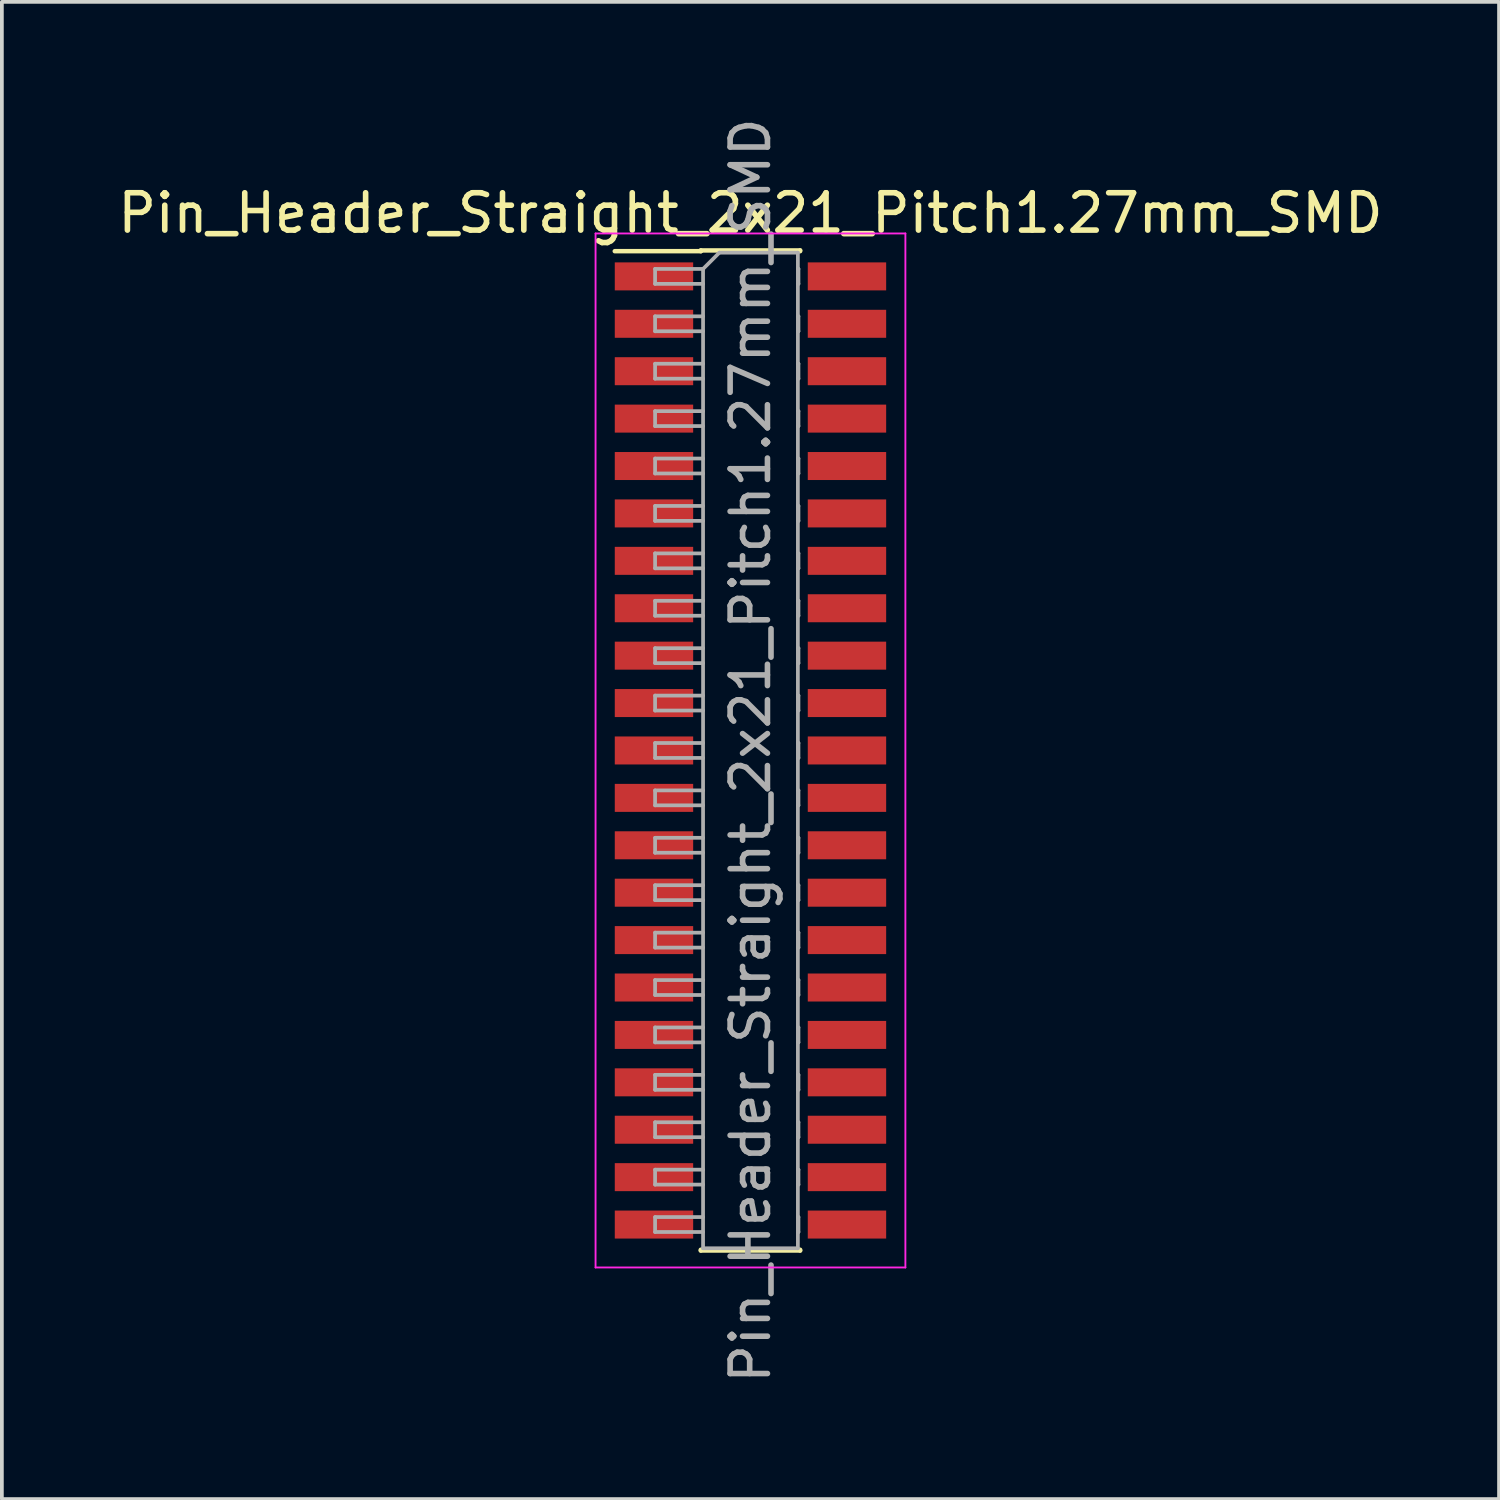
<source format=kicad_pcb>
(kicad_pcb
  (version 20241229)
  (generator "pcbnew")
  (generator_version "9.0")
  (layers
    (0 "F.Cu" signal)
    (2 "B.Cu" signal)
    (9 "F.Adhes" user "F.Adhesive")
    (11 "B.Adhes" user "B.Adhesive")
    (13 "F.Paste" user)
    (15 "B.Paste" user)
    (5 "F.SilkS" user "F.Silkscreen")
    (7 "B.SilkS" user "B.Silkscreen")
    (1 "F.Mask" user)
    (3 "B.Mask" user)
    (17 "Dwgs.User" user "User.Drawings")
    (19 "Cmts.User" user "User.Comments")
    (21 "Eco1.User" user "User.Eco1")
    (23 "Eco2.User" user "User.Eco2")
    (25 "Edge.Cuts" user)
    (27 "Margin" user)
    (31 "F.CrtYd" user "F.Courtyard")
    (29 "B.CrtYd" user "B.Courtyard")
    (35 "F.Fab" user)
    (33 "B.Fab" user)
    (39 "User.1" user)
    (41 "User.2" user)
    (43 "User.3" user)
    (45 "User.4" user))
  (footprint "Pin_Header_Straight_2x21_Pitch1.27mm_SMD"
    (layer "F.Cu")
    (at 17.054 17.054)
    (property "Reference" "Pin_Header_Straight_2x21_Pitch1.27mm_SMD" (at 0 -14.395 0) (layer "F.SilkS") (effects (font (size 1 1) (thickness 0.15))))
    (attr smd)
    (fp_line (start -3.635 -13.375) (end -1.33 -13.375) (stroke (width 0.12) (type solid)) (layer "F.SilkS"))
    (fp_line (start -1.33 -13.395) (end 1.33 -13.395) (stroke (width 0.12) (type solid)) (layer "F.SilkS"))
    (fp_line (start -1.33 -13.375) (end -1.33 -13.395) (stroke (width 0.12) (type solid)) (layer "F.SilkS"))
    (fp_line (start -1.33 13.375) (end -1.33 13.395) (stroke (width 0.12) (type solid)) (layer "F.SilkS"))
    (fp_line (start -1.33 13.395) (end 1.33 13.395) (stroke (width 0.12) (type solid)) (layer "F.SilkS"))
    (fp_line (start 1.33 -13.395) (end 1.33 -13.375) (stroke (width 0.12) (type solid)) (layer "F.SilkS"))
    (fp_line (start 1.33 13.395) (end 1.33 13.375) (stroke (width 0.12) (type solid)) (layer "F.SilkS"))
    (fp_line (start -4.15 -13.85) (end -4.15 13.85) (stroke (width 0.05) (type solid)) (layer "F.CrtYd"))
    (fp_line (start -4.15 13.85) (end 4.15 13.85) (stroke (width 0.05) (type solid)) (layer "F.CrtYd"))
    (fp_line (start 4.15 -13.85) (end -4.15 -13.85) (stroke (width 0.05) (type solid)) (layer "F.CrtYd"))
    (fp_line (start 4.15 13.85) (end 4.15 -13.85) (stroke (width 0.05) (type solid)) (layer "F.CrtYd"))
    (fp_line (start -2.555 -12.9) (end -2.555 -12.5) (stroke (width 0.1) (type solid)) (layer "F.Fab"))
    (fp_line (start -2.555 -12.5) (end -1.27 -12.5) (stroke (width 0.1) (type solid)) (layer "F.Fab"))
    (fp_line (start -2.555 -11.63) (end -2.555 -11.23) (stroke (width 0.1) (type solid)) (layer "F.Fab"))
    (fp_line (start -2.555 -11.23) (end -1.27 -11.23) (stroke (width 0.1) (type solid)) (layer "F.Fab"))
    (fp_line (start -2.555 -10.36) (end -2.555 -9.96) (stroke (width 0.1) (type solid)) (layer "F.Fab"))
    (fp_line (start -2.555 -9.96) (end -1.27 -9.96) (stroke (width 0.1) (type solid)) (layer "F.Fab"))
    (fp_line (start -2.555 -9.09) (end -2.555 -8.69) (stroke (width 0.1) (type solid)) (layer "F.Fab"))
    (fp_line (start -2.555 -8.69) (end -1.27 -8.69) (stroke (width 0.1) (type solid)) (layer "F.Fab"))
    (fp_line (start -2.555 -7.82) (end -2.555 -7.42) (stroke (width 0.1) (type solid)) (layer "F.Fab"))
    (fp_line (start -2.555 -7.42) (end -1.27 -7.42) (stroke (width 0.1) (type solid)) (layer "F.Fab"))
    (fp_line (start -2.555 -6.55) (end -2.555 -6.15) (stroke (width 0.1) (type solid)) (layer "F.Fab"))
    (fp_line (start -2.555 -6.15) (end -1.27 -6.15) (stroke (width 0.1) (type solid)) (layer "F.Fab"))
    (fp_line (start -2.555 -5.28) (end -2.555 -4.88) (stroke (width 0.1) (type solid)) (layer "F.Fab"))
    (fp_line (start -2.555 -4.88) (end -1.27 -4.88) (stroke (width 0.1) (type solid)) (layer "F.Fab"))
    (fp_line (start -2.555 -4.01) (end -2.555 -3.61) (stroke (width 0.1) (type solid)) (layer "F.Fab"))
    (fp_line (start -2.555 -3.61) (end -1.27 -3.61) (stroke (width 0.1) (type solid)) (layer "F.Fab"))
    (fp_line (start -2.555 -2.74) (end -2.555 -2.34) (stroke (width 0.1) (type solid)) (layer "F.Fab"))
    (fp_line (start -2.555 -2.34) (end -1.27 -2.34) (stroke (width 0.1) (type solid)) (layer "F.Fab"))
    (fp_line (start -2.555 -1.47) (end -2.555 -1.07) (stroke (width 0.1) (type solid)) (layer "F.Fab"))
    (fp_line (start -2.555 -1.07) (end -1.27 -1.07) (stroke (width 0.1) (type solid)) (layer "F.Fab"))
    (fp_line (start -2.555 -0.2) (end -2.555 0.2) (stroke (width 0.1) (type solid)) (layer "F.Fab"))
    (fp_line (start -2.555 0.2) (end -1.27 0.2) (stroke (width 0.1) (type solid)) (layer "F.Fab"))
    (fp_line (start -2.555 1.07) (end -2.555 1.47) (stroke (width 0.1) (type solid)) (layer "F.Fab"))
    (fp_line (start -2.555 1.47) (end -1.27 1.47) (stroke (width 0.1) (type solid)) (layer "F.Fab"))
    (fp_line (start -2.555 2.34) (end -2.555 2.74) (stroke (width 0.1) (type solid)) (layer "F.Fab"))
    (fp_line (start -2.555 2.74) (end -1.27 2.74) (stroke (width 0.1) (type solid)) (layer "F.Fab"))
    (fp_line (start -2.555 3.61) (end -2.555 4.01) (stroke (width 0.1) (type solid)) (layer "F.Fab"))
    (fp_line (start -2.555 4.01) (end -1.27 4.01) (stroke (width 0.1) (type solid)) (layer "F.Fab"))
    (fp_line (start -2.555 4.88) (end -2.555 5.28) (stroke (width 0.1) (type solid)) (layer "F.Fab"))
    (fp_line (start -2.555 5.28) (end -1.27 5.28) (stroke (width 0.1) (type solid)) (layer "F.Fab"))
    (fp_line (start -2.555 6.15) (end -2.555 6.55) (stroke (width 0.1) (type solid)) (layer "F.Fab"))
    (fp_line (start -2.555 6.55) (end -1.27 6.55) (stroke (width 0.1) (type solid)) (layer "F.Fab"))
    (fp_line (start -2.555 7.42) (end -2.555 7.82) (stroke (width 0.1) (type solid)) (layer "F.Fab"))
    (fp_line (start -2.555 7.82) (end -1.27 7.82) (stroke (width 0.1) (type solid)) (layer "F.Fab"))
    (fp_line (start -2.555 8.69) (end -2.555 9.09) (stroke (width 0.1) (type solid)) (layer "F.Fab"))
    (fp_line (start -2.555 9.09) (end -1.27 9.09) (stroke (width 0.1) (type solid)) (layer "F.Fab"))
    (fp_line (start -2.555 9.96) (end -2.555 10.36) (stroke (width 0.1) (type solid)) (layer "F.Fab"))
    (fp_line (start -2.555 10.36) (end -1.27 10.36) (stroke (width 0.1) (type solid)) (layer "F.Fab"))
    (fp_line (start -2.555 11.23) (end -2.555 11.63) (stroke (width 0.1) (type solid)) (layer "F.Fab"))
    (fp_line (start -2.555 11.63) (end -1.27 11.63) (stroke (width 0.1) (type solid)) (layer "F.Fab"))
    (fp_line (start -2.555 12.5) (end -2.555 12.9) (stroke (width 0.1) (type solid)) (layer "F.Fab"))
    (fp_line (start -2.555 12.9) (end -1.27 12.9) (stroke (width 0.1) (type solid)) (layer "F.Fab"))
    (fp_line (start -1.27 -12.9) (end -2.555 -12.9) (stroke (width 0.1) (type solid)) (layer "F.Fab"))
    (fp_line (start -1.27 -12.9) (end -0.835 -13.335) (stroke (width 0.1) (type solid)) (layer "F.Fab"))
    (fp_line (start -1.27 -11.63) (end -2.555 -11.63) (stroke (width 0.1) (type solid)) (layer "F.Fab"))
    (fp_line (start -1.27 -10.36) (end -2.555 -10.36) (stroke (width 0.1) (type solid)) (layer "F.Fab"))
    (fp_line (start -1.27 -9.09) (end -2.555 -9.09) (stroke (width 0.1) (type solid)) (layer "F.Fab"))
    (fp_line (start -1.27 -7.82) (end -2.555 -7.82) (stroke (width 0.1) (type solid)) (layer "F.Fab"))
    (fp_line (start -1.27 -6.55) (end -2.555 -6.55) (stroke (width 0.1) (type solid)) (layer "F.Fab"))
    (fp_line (start -1.27 -5.28) (end -2.555 -5.28) (stroke (width 0.1) (type solid)) (layer "F.Fab"))
    (fp_line (start -1.27 -4.01) (end -2.555 -4.01) (stroke (width 0.1) (type solid)) (layer "F.Fab"))
    (fp_line (start -1.27 -2.74) (end -2.555 -2.74) (stroke (width 0.1) (type solid)) (layer "F.Fab"))
    (fp_line (start -1.27 -1.47) (end -2.555 -1.47) (stroke (width 0.1) (type solid)) (layer "F.Fab"))
    (fp_line (start -1.27 -0.2) (end -2.555 -0.2) (stroke (width 0.1) (type solid)) (layer "F.Fab"))
    (fp_line (start -1.27 1.07) (end -2.555 1.07) (stroke (width 0.1) (type solid)) (layer "F.Fab"))
    (fp_line (start -1.27 2.34) (end -2.555 2.34) (stroke (width 0.1) (type solid)) (layer "F.Fab"))
    (fp_line (start -1.27 3.61) (end -2.555 3.61) (stroke (width 0.1) (type solid)) (layer "F.Fab"))
    (fp_line (start -1.27 4.88) (end -2.555 4.88) (stroke (width 0.1) (type solid)) (layer "F.Fab"))
    (fp_line (start -1.27 6.15) (end -2.555 6.15) (stroke (width 0.1) (type solid)) (layer "F.Fab"))
    (fp_line (start -1.27 7.42) (end -2.555 7.42) (stroke (width 0.1) (type solid)) (layer "F.Fab"))
    (fp_line (start -1.27 8.69) (end -2.555 8.69) (stroke (width 0.1) (type solid)) (layer "F.Fab"))
    (fp_line (start -1.27 9.96) (end -2.555 9.96) (stroke (width 0.1) (type solid)) (layer "F.Fab"))
    (fp_line (start -1.27 11.23) (end -2.555 11.23) (stroke (width 0.1) (type solid)) (layer "F.Fab"))
    (fp_line (start -1.27 12.5) (end -2.555 12.5) (stroke (width 0.1) (type solid)) (layer "F.Fab"))
    (fp_line (start -1.27 13.335) (end -1.27 -12.9) (stroke (width 0.1) (type solid)) (layer "F.Fab"))
    (fp_line (start -0.835 -13.335) (end 1.27 -13.335) (stroke (width 0.1) (type solid)) (layer "F.Fab"))
    (fp_line (start 1.27 -13.335) (end 1.27 13.335) (stroke (width 0.1) (type solid)) (layer "F.Fab"))
    (fp_line (start 1.27 -12.9) (end 1.285 -12.9) (stroke (width 0.1) (type solid)) (layer "F.Fab"))
    (fp_line (start 1.27 -11.63) (end 1.285 -11.63) (stroke (width 0.1) (type solid)) (layer "F.Fab"))
    (fp_line (start 1.27 -10.36) (end 1.285 -10.36) (stroke (width 0.1) (type solid)) (layer "F.Fab"))
    (fp_line (start 1.27 -9.09) (end 1.285 -9.09) (stroke (width 0.1) (type solid)) (layer "F.Fab"))
    (fp_line (start 1.27 -7.82) (end 1.285 -7.82) (stroke (width 0.1) (type solid)) (layer "F.Fab"))
    (fp_line (start 1.27 -6.55) (end 1.285 -6.55) (stroke (width 0.1) (type solid)) (layer "F.Fab"))
    (fp_line (start 1.27 -5.28) (end 1.285 -5.28) (stroke (width 0.1) (type solid)) (layer "F.Fab"))
    (fp_line (start 1.27 -4.01) (end 1.285 -4.01) (stroke (width 0.1) (type solid)) (layer "F.Fab"))
    (fp_line (start 1.27 -2.74) (end 1.285 -2.74) (stroke (width 0.1) (type solid)) (layer "F.Fab"))
    (fp_line (start 1.27 -1.47) (end 1.285 -1.47) (stroke (width 0.1) (type solid)) (layer "F.Fab"))
    (fp_line (start 1.27 -0.2) (end 1.285 -0.2) (stroke (width 0.1) (type solid)) (layer "F.Fab"))
    (fp_line (start 1.27 1.07) (end 1.285 1.07) (stroke (width 0.1) (type solid)) (layer "F.Fab"))
    (fp_line (start 1.27 2.34) (end 1.285 2.34) (stroke (width 0.1) (type solid)) (layer "F.Fab"))
    (fp_line (start 1.27 3.61) (end 1.285 3.61) (stroke (width 0.1) (type solid)) (layer "F.Fab"))
    (fp_line (start 1.27 4.88) (end 1.285 4.88) (stroke (width 0.1) (type solid)) (layer "F.Fab"))
    (fp_line (start 1.27 6.15) (end 1.285 6.15) (stroke (width 0.1) (type solid)) (layer "F.Fab"))
    (fp_line (start 1.27 7.42) (end 1.285 7.42) (stroke (width 0.1) (type solid)) (layer "F.Fab"))
    (fp_line (start 1.27 8.69) (end 1.285 8.69) (stroke (width 0.1) (type solid)) (layer "F.Fab"))
    (fp_line (start 1.27 9.96) (end 1.285 9.96) (stroke (width 0.1) (type solid)) (layer "F.Fab"))
    (fp_line (start 1.27 11.23) (end 1.285 11.23) (stroke (width 0.1) (type solid)) (layer "F.Fab"))
    (fp_line (start 1.27 12.5) (end 1.285 12.5) (stroke (width 0.1) (type solid)) (layer "F.Fab"))
    (fp_line (start 1.27 13.335) (end -1.27 13.335) (stroke (width 0.1) (type solid)) (layer "F.Fab"))
    (fp_line (start 1.285 -12.9) (end 1.285 -12.5) (stroke (width 0.1) (type solid)) (layer "F.Fab"))
    (fp_line (start 1.285 -12.5) (end 1.27 -12.5) (stroke (width 0.1) (type solid)) (layer "F.Fab"))
    (fp_line (start 1.285 -11.63) (end 1.285 -11.23) (stroke (width 0.1) (type solid)) (layer "F.Fab"))
    (fp_line (start 1.285 -11.23) (end 1.27 -11.23) (stroke (width 0.1) (type solid)) (layer "F.Fab"))
    (fp_line (start 1.285 -10.36) (end 1.285 -9.96) (stroke (width 0.1) (type solid)) (layer "F.Fab"))
    (fp_line (start 1.285 -9.96) (end 1.27 -9.96) (stroke (width 0.1) (type solid)) (layer "F.Fab"))
    (fp_line (start 1.285 -9.09) (end 1.285 -8.69) (stroke (width 0.1) (type solid)) (layer "F.Fab"))
    (fp_line (start 1.285 -8.69) (end 1.27 -8.69) (stroke (width 0.1) (type solid)) (layer "F.Fab"))
    (fp_line (start 1.285 -7.82) (end 1.285 -7.42) (stroke (width 0.1) (type solid)) (layer "F.Fab"))
    (fp_line (start 1.285 -7.42) (end 1.27 -7.42) (stroke (width 0.1) (type solid)) (layer "F.Fab"))
    (fp_line (start 1.285 -6.55) (end 1.285 -6.15) (stroke (width 0.1) (type solid)) (layer "F.Fab"))
    (fp_line (start 1.285 -6.15) (end 1.27 -6.15) (stroke (width 0.1) (type solid)) (layer "F.Fab"))
    (fp_line (start 1.285 -5.28) (end 1.285 -4.88) (stroke (width 0.1) (type solid)) (layer "F.Fab"))
    (fp_line (start 1.285 -4.88) (end 1.27 -4.88) (stroke (width 0.1) (type solid)) (layer "F.Fab"))
    (fp_line (start 1.285 -4.01) (end 1.285 -3.61) (stroke (width 0.1) (type solid)) (layer "F.Fab"))
    (fp_line (start 1.285 -3.61) (end 1.27 -3.61) (stroke (width 0.1) (type solid)) (layer "F.Fab"))
    (fp_line (start 1.285 -2.74) (end 1.285 -2.34) (stroke (width 0.1) (type solid)) (layer "F.Fab"))
    (fp_line (start 1.285 -2.34) (end 1.27 -2.34) (stroke (width 0.1) (type solid)) (layer "F.Fab"))
    (fp_line (start 1.285 -1.47) (end 1.285 -1.07) (stroke (width 0.1) (type solid)) (layer "F.Fab"))
    (fp_line (start 1.285 -1.07) (end 1.27 -1.07) (stroke (width 0.1) (type solid)) (layer "F.Fab"))
    (fp_line (start 1.285 -0.2) (end 1.285 0.2) (stroke (width 0.1) (type solid)) (layer "F.Fab"))
    (fp_line (start 1.285 0.2) (end 1.27 0.2) (stroke (width 0.1) (type solid)) (layer "F.Fab"))
    (fp_line (start 1.285 1.07) (end 1.285 1.47) (stroke (width 0.1) (type solid)) (layer "F.Fab"))
    (fp_line (start 1.285 1.47) (end 1.27 1.47) (stroke (width 0.1) (type solid)) (layer "F.Fab"))
    (fp_line (start 1.285 2.34) (end 1.285 2.74) (stroke (width 0.1) (type solid)) (layer "F.Fab"))
    (fp_line (start 1.285 2.74) (end 1.27 2.74) (stroke (width 0.1) (type solid)) (layer "F.Fab"))
    (fp_line (start 1.285 3.61) (end 1.285 4.01) (stroke (width 0.1) (type solid)) (layer "F.Fab"))
    (fp_line (start 1.285 4.01) (end 1.27 4.01) (stroke (width 0.1) (type solid)) (layer "F.Fab"))
    (fp_line (start 1.285 4.88) (end 1.285 5.28) (stroke (width 0.1) (type solid)) (layer "F.Fab"))
    (fp_line (start 1.285 5.28) (end 1.27 5.28) (stroke (width 0.1) (type solid)) (layer "F.Fab"))
    (fp_line (start 1.285 6.15) (end 1.285 6.55) (stroke (width 0.1) (type solid)) (layer "F.Fab"))
    (fp_line (start 1.285 6.55) (end 1.27 6.55) (stroke (width 0.1) (type solid)) (layer "F.Fab"))
    (fp_line (start 1.285 7.42) (end 1.285 7.82) (stroke (width 0.1) (type solid)) (layer "F.Fab"))
    (fp_line (start 1.285 7.82) (end 1.27 7.82) (stroke (width 0.1) (type solid)) (layer "F.Fab"))
    (fp_line (start 1.285 8.69) (end 1.285 9.09) (stroke (width 0.1) (type solid)) (layer "F.Fab"))
    (fp_line (start 1.285 9.09) (end 1.27 9.09) (stroke (width 0.1) (type solid)) (layer "F.Fab"))
    (fp_line (start 1.285 9.96) (end 1.285 10.36) (stroke (width 0.1) (type solid)) (layer "F.Fab"))
    (fp_line (start 1.285 10.36) (end 1.27 10.36) (stroke (width 0.1) (type solid)) (layer "F.Fab"))
    (fp_line (start 1.285 11.23) (end 1.285 11.63) (stroke (width 0.1) (type solid)) (layer "F.Fab"))
    (fp_line (start 1.285 11.63) (end 1.27 11.63) (stroke (width 0.1) (type solid)) (layer "F.Fab"))
    (fp_line (start 1.285 12.5) (end 1.285 12.9) (stroke (width 0.1) (type solid)) (layer "F.Fab"))
    (fp_line (start 1.285 12.9) (end 1.27 12.9) (stroke (width 0.1) (type solid)) (layer "F.Fab"))
    (fp_text user "${REFERENCE}" (at 0 0 90) (layer "F.Fab") (effects (font (size 1 1) (thickness 0.15))))
    (pad "1" smd rect (at -2.585 -12.7) (size 2.1 0.75) (layers "F.Cu" "F.Mask" "F.Paste"))
    (pad "2" smd rect (at 2.585 -12.7) (size 2.1 0.75) (layers "F.Cu" "F.Mask" "F.Paste"))
    (pad "3" smd rect (at -2.585 -11.43) (size 2.1 0.75) (layers "F.Cu" "F.Mask" "F.Paste"))
    (pad "4" smd rect (at 2.585 -11.43) (size 2.1 0.75) (layers "F.Cu" "F.Mask" "F.Paste"))
    (pad "5" smd rect (at -2.585 -10.16) (size 2.1 0.75) (layers "F.Cu" "F.Mask" "F.Paste"))
    (pad "6" smd rect (at 2.585 -10.16) (size 2.1 0.75) (layers "F.Cu" "F.Mask" "F.Paste"))
    (pad "7" smd rect (at -2.585 -8.89) (size 2.1 0.75) (layers "F.Cu" "F.Mask" "F.Paste"))
    (pad "8" smd rect (at 2.585 -8.89) (size 2.1 0.75) (layers "F.Cu" "F.Mask" "F.Paste"))
    (pad "9" smd rect (at -2.585 -7.62) (size 2.1 0.75) (layers "F.Cu" "F.Mask" "F.Paste"))
    (pad "10" smd rect (at 2.585 -7.62) (size 2.1 0.75) (layers "F.Cu" "F.Mask" "F.Paste"))
    (pad "11" smd rect (at -2.585 -6.35) (size 2.1 0.75) (layers "F.Cu" "F.Mask" "F.Paste"))
    (pad "12" smd rect (at 2.585 -6.35) (size 2.1 0.75) (layers "F.Cu" "F.Mask" "F.Paste"))
    (pad "13" smd rect (at -2.585 -5.08) (size 2.1 0.75) (layers "F.Cu" "F.Mask" "F.Paste"))
    (pad "14" smd rect (at 2.585 -5.08) (size 2.1 0.75) (layers "F.Cu" "F.Mask" "F.Paste"))
    (pad "15" smd rect (at -2.585 -3.81) (size 2.1 0.75) (layers "F.Cu" "F.Mask" "F.Paste"))
    (pad "16" smd rect (at 2.585 -3.81) (size 2.1 0.75) (layers "F.Cu" "F.Mask" "F.Paste"))
    (pad "17" smd rect (at -2.585 -2.54) (size 2.1 0.75) (layers "F.Cu" "F.Mask" "F.Paste"))
    (pad "18" smd rect (at 2.585 -2.54) (size 2.1 0.75) (layers "F.Cu" "F.Mask" "F.Paste"))
    (pad "19" smd rect (at -2.585 -1.27) (size 2.1 0.75) (layers "F.Cu" "F.Mask" "F.Paste"))
    (pad "20" smd rect (at 2.585 -1.27) (size 2.1 0.75) (layers "F.Cu" "F.Mask" "F.Paste"))
    (pad "21" smd rect (at -2.585 0) (size 2.1 0.75) (layers "F.Cu" "F.Mask" "F.Paste"))
    (pad "22" smd rect (at 2.585 0) (size 2.1 0.75) (layers "F.Cu" "F.Mask" "F.Paste"))
    (pad "23" smd rect (at -2.585 1.27) (size 2.1 0.75) (layers "F.Cu" "F.Mask" "F.Paste"))
    (pad "24" smd rect (at 2.585 1.27) (size 2.1 0.75) (layers "F.Cu" "F.Mask" "F.Paste"))
    (pad "25" smd rect (at -2.585 2.54) (size 2.1 0.75) (layers "F.Cu" "F.Mask" "F.Paste"))
    (pad "26" smd rect (at 2.585 2.54) (size 2.1 0.75) (layers "F.Cu" "F.Mask" "F.Paste"))
    (pad "27" smd rect (at -2.585 3.81) (size 2.1 0.75) (layers "F.Cu" "F.Mask" "F.Paste"))
    (pad "28" smd rect (at 2.585 3.81) (size 2.1 0.75) (layers "F.Cu" "F.Mask" "F.Paste"))
    (pad "29" smd rect (at -2.585 5.08) (size 2.1 0.75) (layers "F.Cu" "F.Mask" "F.Paste"))
    (pad "30" smd rect (at 2.585 5.08) (size 2.1 0.75) (layers "F.Cu" "F.Mask" "F.Paste"))
    (pad "31" smd rect (at -2.585 6.35) (size 2.1 0.75) (layers "F.Cu" "F.Mask" "F.Paste"))
    (pad "32" smd rect (at 2.585 6.35) (size 2.1 0.75) (layers "F.Cu" "F.Mask" "F.Paste"))
    (pad "33" smd rect (at -2.585 7.62) (size 2.1 0.75) (layers "F.Cu" "F.Mask" "F.Paste"))
    (pad "34" smd rect (at 2.585 7.62) (size 2.1 0.75) (layers "F.Cu" "F.Mask" "F.Paste"))
    (pad "35" smd rect (at -2.585 8.89) (size 2.1 0.75) (layers "F.Cu" "F.Mask" "F.Paste"))
    (pad "36" smd rect (at 2.585 8.89) (size 2.1 0.75) (layers "F.Cu" "F.Mask" "F.Paste"))
    (pad "37" smd rect (at -2.585 10.16) (size 2.1 0.75) (layers "F.Cu" "F.Mask" "F.Paste"))
    (pad "38" smd rect (at 2.585 10.16) (size 2.1 0.75) (layers "F.Cu" "F.Mask" "F.Paste"))
    (pad "39" smd rect (at -2.585 11.43) (size 2.1 0.75) (layers "F.Cu" "F.Mask" "F.Paste"))
    (pad "40" smd rect (at 2.585 11.43) (size 2.1 0.75) (layers "F.Cu" "F.Mask" "F.Paste"))
    (pad "41" smd rect (at -2.585 12.7) (size 2.1 0.75) (layers "F.Cu" "F.Mask" "F.Paste"))
    (pad "42" smd rect (at 2.585 12.7) (size 2.1 0.75) (layers "F.Cu" "F.Mask" "F.Paste")))
  (gr_rect
    (start -3 -3)
    (end 37.107 37.107)
    (stroke (width 0.1) (type default))
    (fill no)
    (layer "Edge.Cuts")))
</source>
